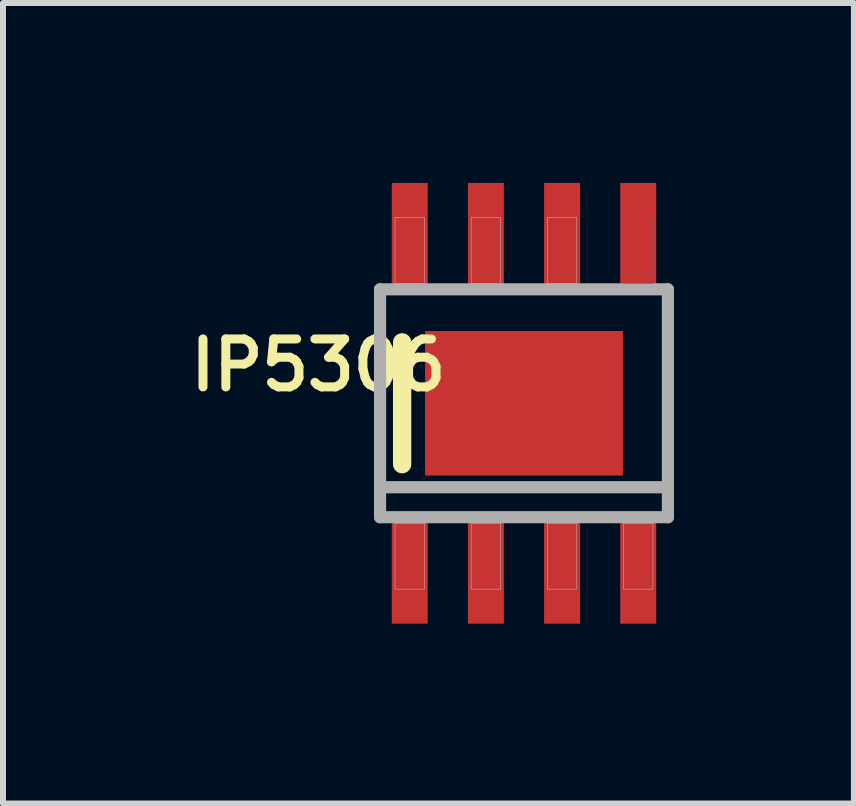
<source format=kicad_pcb>
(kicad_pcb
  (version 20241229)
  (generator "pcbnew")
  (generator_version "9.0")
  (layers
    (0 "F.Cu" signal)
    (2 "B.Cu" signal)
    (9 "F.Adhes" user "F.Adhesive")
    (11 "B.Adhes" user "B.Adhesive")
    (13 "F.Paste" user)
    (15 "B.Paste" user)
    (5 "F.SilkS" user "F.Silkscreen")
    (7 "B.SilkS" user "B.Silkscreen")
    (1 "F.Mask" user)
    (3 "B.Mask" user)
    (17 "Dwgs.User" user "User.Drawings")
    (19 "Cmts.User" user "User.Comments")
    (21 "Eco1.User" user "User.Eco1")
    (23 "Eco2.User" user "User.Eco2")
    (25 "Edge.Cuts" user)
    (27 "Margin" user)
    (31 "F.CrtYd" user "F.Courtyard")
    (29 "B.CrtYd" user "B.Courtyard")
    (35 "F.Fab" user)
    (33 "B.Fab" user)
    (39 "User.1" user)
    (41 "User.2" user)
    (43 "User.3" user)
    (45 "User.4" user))
  (footprint "IP5306"
    (layer "F.Cu")
    (at 5.688 3.675)
    (property "Reference" "IP5306" (at -3.429 -0.635 180) (layer "F.SilkS") (effects (font (size 0.8 0.8) (thickness 0.15))))
    (attr smd)
    (fp_line (start -2.032 1.016) (end -2.032 -1.016) (stroke (width 0.305) (type solid)) (layer "F.SilkS"))
    (fp_poly (pts (xy -0.3 -0.3) (xy 0.3 -0.3) (xy 0.3 0.3) (xy -0.3 0.3)) (stroke (width 0.01) (type solid)) (fill yes) (layer "F.Paste"))
    (fp_poly (pts (xy 1.66 -3.1) (xy 2.15 -3.1) (xy 2.15 -2) (xy 1.66 -2)) (stroke (width 0.01) (type solid)) (fill no) (layer "B.Fab"))
    (fp_line (start -2.4 -1.9) (end 2.4 -1.9) (stroke (width 0.203) (type solid)) (layer "F.Fab"))
    (fp_line (start -2.4 1.4) (end -2.4 -1.9) (stroke (width 0.203) (type solid)) (layer "F.Fab"))
    (fp_line (start -2.4 1.9) (end -2.4 1.4) (stroke (width 0.203) (type solid)) (layer "F.Fab"))
    (fp_line (start 2.4 -1.9) (end 2.4 1.4) (stroke (width 0.203) (type solid)) (layer "F.Fab"))
    (fp_line (start 2.4 1.4) (end -2.4 1.4) (stroke (width 0.203) (type solid)) (layer "F.Fab"))
    (fp_line (start 2.4 1.4) (end 2.4 1.9) (stroke (width 0.203) (type solid)) (layer "F.Fab"))
    (fp_line (start 2.4 1.9) (end -2.4 1.9) (stroke (width 0.203) (type solid)) (layer "F.Fab"))
    (fp_poly (pts (xy -2.15 -3.1) (xy -1.66 -3.1) (xy -1.66 -2) (xy -2.15 -2)) (stroke (width 0.01) (type solid)) (fill no) (layer "F.Fab"))
    (fp_poly (pts (xy -2.15 2) (xy -1.66 2) (xy -1.66 3.1) (xy -2.15 3.1)) (stroke (width 0.01) (type solid)) (fill no) (layer "F.Fab"))
    (fp_poly (pts (xy -0.88 -3.1) (xy -0.39 -3.1) (xy -0.39 -2) (xy -0.88 -2)) (stroke (width 0.01) (type solid)) (fill no) (layer "F.Fab"))
    (fp_poly (pts (xy -0.88 2) (xy -0.39 2) (xy -0.39 3.1) (xy -0.88 3.1)) (stroke (width 0.01) (type solid)) (fill no) (layer "F.Fab"))
    (fp_poly (pts (xy 0.39 -3.1) (xy 0.88 -3.1) (xy 0.88 -2) (xy 0.39 -2)) (stroke (width 0.01) (type solid)) (fill no) (layer "F.Fab"))
    (fp_poly (pts (xy 0.39 2) (xy 0.88 2) (xy 0.88 3.1) (xy 0.39 3.1)) (stroke (width 0.01) (type solid)) (fill no) (layer "F.Fab"))
    (fp_poly (pts (xy 1.66 2) (xy 2.15 2) (xy 2.15 3.1) (xy 1.66 3.1)) (stroke (width 0.01) (type solid)) (fill no) (layer "F.Fab"))
    (pad "1" smd rect (at -1.905 2.8) (size 0.6 1.75) (layers "F.Cu" "F.Mask" "F.Paste"))
    (pad "2" smd rect (at -0.635 2.8) (size 0.6 1.75) (layers "F.Cu" "F.Mask" "F.Paste"))
    (pad "3" smd rect (at 0.635 2.8) (size 0.6 1.75) (layers "F.Cu" "F.Mask" "F.Paste"))
    (pad "4" smd rect (at 1.905 2.8) (size 0.6 1.75) (layers "F.Cu" "F.Mask" "F.Paste"))
    (pad "5" smd rect (at 1.905 -2.8) (size 0.6 1.75) (layers "F.Cu" "F.Mask" "F.Paste"))
    (pad "6" smd rect (at 0.635 -2.8) (size 0.6 1.75) (layers "F.Cu" "F.Mask" "F.Paste"))
    (pad "7" smd rect (at -0.635 -2.8) (size 0.6 1.75) (layers "F.Cu" "F.Mask" "F.Paste"))
    (pad "8" smd rect (at -1.905 -2.8) (size 0.6 1.75) (layers "F.Cu" "F.Mask" "F.Paste"))
    (pad "EXP" smd rect (at 0 0) (size 3.3 2.41) (layers "F.Cu" "F.Mask")))
  (gr_rect
    (start -3 -3)
    (end 11.19 10.35)
    (stroke (width 0.1) (type default))
    (fill no)
    (layer "Edge.Cuts")))
</source>
